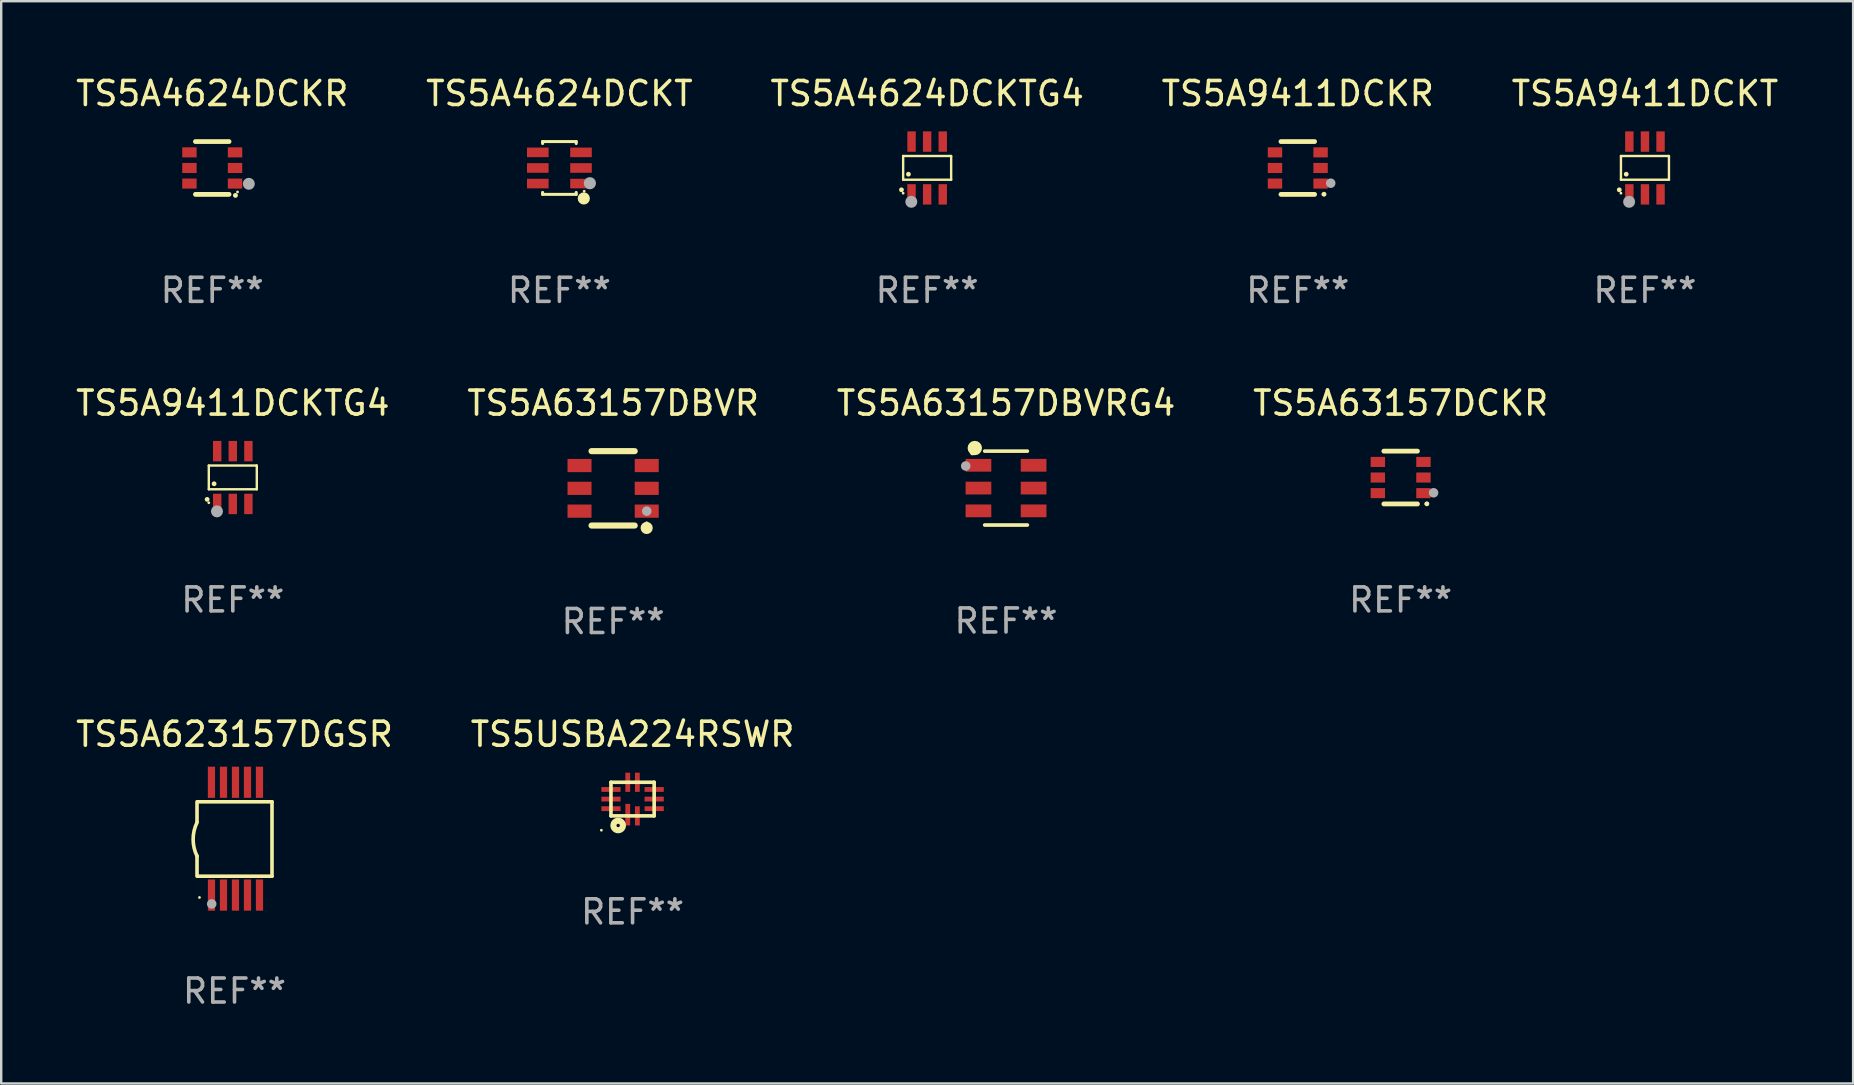
<source format=kicad_pcb>
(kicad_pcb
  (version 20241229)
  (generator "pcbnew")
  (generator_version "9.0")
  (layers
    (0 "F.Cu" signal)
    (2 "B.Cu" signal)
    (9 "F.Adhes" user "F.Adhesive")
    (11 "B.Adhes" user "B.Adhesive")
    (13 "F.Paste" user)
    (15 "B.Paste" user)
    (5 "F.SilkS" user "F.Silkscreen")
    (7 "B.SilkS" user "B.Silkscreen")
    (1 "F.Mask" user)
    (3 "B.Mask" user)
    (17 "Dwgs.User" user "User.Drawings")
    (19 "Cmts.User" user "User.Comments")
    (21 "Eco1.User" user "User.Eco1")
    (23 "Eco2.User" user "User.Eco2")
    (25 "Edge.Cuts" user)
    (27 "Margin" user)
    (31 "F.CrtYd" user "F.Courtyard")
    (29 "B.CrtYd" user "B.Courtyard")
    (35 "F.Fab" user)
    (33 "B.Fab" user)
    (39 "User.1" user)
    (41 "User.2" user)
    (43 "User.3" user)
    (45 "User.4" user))
  (footprint "TS5USBA224RSWR"
    (layer "F.Cu")
    (at 23.304 30.241)
    (property "Reference" "TS5USBA224RSWR" (at 0 -2.7 0) (layer "F.SilkS") (effects (font (size 1 1) (thickness 0.15))))
    (attr through_hole)
    (fp_line (start -0.9 -0.7) (end 0.9 -0.7) (stroke (width 0.15) (type solid)) (layer "F.SilkS"))
    (fp_line (start -0.9 0.7) (end -0.9 -0.7) (stroke (width 0.15) (type solid)) (layer "F.SilkS"))
    (fp_line (start -0.9 0.7) (end 0.9 0.7) (stroke (width 0.15) (type solid)) (layer "F.SilkS"))
    (fp_line (start 0.9 0.7) (end 0.9 -0.7) (stroke (width 0.15) (type solid)) (layer "F.SilkS"))
    (fp_circle (center -1.3 1.297) (end -1.27 1.297) (stroke (width 0.06) (type solid)) (fill no) (layer "F.SilkS"))
    (fp_circle (center -0.6 1.1) (end -0.529 1.1) (stroke (width 0.254) (type solid)) (fill no) (layer "F.SilkS"))
    (fp_text user "REF**" (at 0 4.7 0) (layer "F.Fab") (effects (font (size 1 1) (thickness 0.15))))
    (pad "1" smd rect (at -0.2 0.65 90) (size 0.9 0.2) (layers "F.Cu" "F.Mask" "F.Paste"))
    (pad "2" smd rect (at 0.2 0.7 90) (size 0.8 0.2) (layers "F.Cu" "F.Mask" "F.Paste"))
    (pad "3" smd rect (at 0.9 0.4 180) (size 0.8 0.2) (layers "F.Cu" "F.Mask" "F.Paste"))
    (pad "4" smd rect (at 0.9 0) (size 0.8 0.2) (layers "F.Cu" "F.Mask" "F.Paste"))
    (pad "5" smd rect (at 0.9 -0.4) (size 0.8 0.2) (layers "F.Cu" "F.Mask" "F.Paste"))
    (pad "6" smd rect (at 0.2 -0.7 270) (size 0.8 0.2) (layers "F.Cu" "F.Mask" "F.Paste"))
    (pad "7" smd rect (at -0.2 -0.7 270) (size 0.8 0.2) (layers "F.Cu" "F.Mask" "F.Paste"))
    (pad "8" smd rect (at -0.9 -0.4) (size 0.8 0.2) (layers "F.Cu" "F.Mask" "F.Paste"))
    (pad "9" smd rect (at -0.9 0) (size 0.8 0.2) (layers "F.Cu" "F.Mask" "F.Paste"))
    (pad "10" smd rect (at -0.9 0.4) (size 0.8 0.2) (layers "F.Cu" "F.Mask" "F.Paste")))
  (footprint "TS5A63157DCKR"
    (layer "F.Cu")
    (at 55.304 16.845)
    (property "Reference" "TS5A63157DCKR" (at 0 -3.1 0) (layer "F.SilkS") (effects (font (size 1 1) (thickness 0.15))))
    (attr through_hole)
    (fp_line (start -0.7 -1.1) (end 0.7 -1.1) (stroke (width 0.2) (type solid)) (layer "F.SilkS"))
    (fp_line (start -0.7 1.1) (end 0.7 1.1) (stroke (width 0.2) (type solid)) (layer "F.SilkS"))
    (fp_arc (start 1.090932 1.094209) (mid 1.092202 1.094203) (end 1.093472 1.094209) (stroke (width 0.2) (type solid)) (layer "F.SilkS"))
    (fp_circle (center 1.053 1.1) (end 1.083 1.1) (stroke (width 0.06) (type solid)) (fill no) (layer "F.SilkS"))
    (fp_circle (center 1.372 0.635) (end 1.472 0.635) (stroke (width 0.2) (type solid)) (fill no) (layer "F.Fab"))
    (fp_text user "REF**" (at 0 5.1 0) (layer "F.Fab") (effects (font (size 1 1) (thickness 0.15))))
    (pad "1" smd rect (at 0.95 0.65 90) (size 0.42 0.6) (layers "F.Cu" "F.Mask" "F.Paste"))
    (pad "2" smd rect (at 0.95 0 90) (size 0.42 0.6) (layers "F.Cu" "F.Mask" "F.Paste"))
    (pad "3" smd rect (at 0.95 -0.65 90) (size 0.42 0.6) (layers "F.Cu" "F.Mask" "F.Paste"))
    (pad "4" smd rect (at -0.95 -0.65 270) (size 0.42 0.6) (layers "F.Cu" "F.Mask" "F.Paste"))
    (pad "5" smd rect (at -0.95 0 270) (size 0.42 0.6) (layers "F.Cu" "F.Mask" "F.Paste"))
    (pad "6" smd rect (at -0.95 0.65 270) (size 0.42 0.6) (layers "F.Cu" "F.Mask" "F.Paste")))
  (footprint "TS5A9411DCKR"
    (layer "F.Cu")
    (at 51.018 3.948)
    (property "Reference" "TS5A9411DCKR" (at 0 -3.1 0) (layer "F.SilkS") (effects (font (size 1 1) (thickness 0.15))))
    (attr through_hole)
    (fp_line (start -0.7 -1.1) (end 0.7 -1.1) (stroke (width 0.2) (type solid)) (layer "F.SilkS"))
    (fp_line (start -0.7 1.1) (end 0.7 1.1) (stroke (width 0.2) (type solid)) (layer "F.SilkS"))
    (fp_arc (start 1.090932 1.094209) (mid 1.092202 1.094203) (end 1.093472 1.094209) (stroke (width 0.2) (type solid)) (layer "F.SilkS"))
    (fp_circle (center 1.053 1.1) (end 1.083 1.1) (stroke (width 0.06) (type solid)) (fill no) (layer "F.SilkS"))
    (fp_circle (center 1.372 0.635) (end 1.472 0.635) (stroke (width 0.2) (type solid)) (fill no) (layer "F.Fab"))
    (fp_text user "REF**" (at 0 5.1 0) (layer "F.Fab") (effects (font (size 1 1) (thickness 0.15))))
    (pad "1" smd rect (at 0.95 0.65 90) (size 0.42 0.6) (layers "F.Cu" "F.Mask" "F.Paste"))
    (pad "2" smd rect (at 0.95 0 90) (size 0.42 0.6) (layers "F.Cu" "F.Mask" "F.Paste"))
    (pad "3" smd rect (at 0.95 -0.65 90) (size 0.42 0.6) (layers "F.Cu" "F.Mask" "F.Paste"))
    (pad "4" smd rect (at -0.95 -0.65 270) (size 0.42 0.6) (layers "F.Cu" "F.Mask" "F.Paste"))
    (pad "5" smd rect (at -0.95 0 270) (size 0.42 0.6) (layers "F.Cu" "F.Mask" "F.Paste"))
    (pad "6" smd rect (at -0.95 0.65 270) (size 0.42 0.6) (layers "F.Cu" "F.Mask" "F.Paste")))
  (footprint "TS5A4624DCKTG4"
    (layer "F.Cu")
    (at 35.577 3.948)
    (property "Reference" "TS5A4624DCKTG4" (at 0 -3.1 0) (layer "F.SilkS") (effects (font (size 1 1) (thickness 0.15))))
    (attr through_hole)
    (fp_line (start -1 -0.5) (end -1 0.49) (stroke (width 0.1) (type solid)) (layer "F.SilkS"))
    (fp_line (start -1 0.49) (end 1 0.49) (stroke (width 0.1) (type solid)) (layer "F.SilkS"))
    (fp_line (start 0.99 -0.5) (end -1 -0.5) (stroke (width 0.1) (type solid)) (layer "F.SilkS"))
    (fp_line (start 1 -0.49) (end 0.99 -0.5) (stroke (width 0.1) (type solid)) (layer "F.SilkS"))
    (fp_line (start 1 0.49) (end 1 -0.49) (stroke (width 0.1) (type solid)) (layer "F.SilkS"))
    (fp_circle (center -1.07 0.91) (end -1.02 0.91) (stroke (width 0.1) (type solid)) (fill no) (layer "F.SilkS"))
    (fp_circle (center -1 1.05) (end -0.97 1.05) (stroke (width 0.06) (type solid)) (fill no) (layer "F.SilkS"))
    (fp_circle (center -0.78 0.26) (end -0.73 0.26) (stroke (width 0.1) (type solid)) (fill no) (layer "F.SilkS"))
    (fp_circle (center -0.66 1.41) (end -0.535 1.41) (stroke (width 0.25) (type solid)) (fill no) (layer "F.Fab"))
    (fp_text user "REF**" (at 0 5.1 0) (layer "F.Fab") (effects (font (size 1 1) (thickness 0.15))))
    (pad "1" smd rect (at -0.65 1.1) (size 0.35 0.85) (layers "F.Cu" "F.Mask" "F.Paste"))
    (pad "2" smd rect (at 0 1.1) (size 0.35 0.85) (layers "F.Cu" "F.Mask" "F.Paste"))
    (pad "3" smd rect (at 0.65 1.1) (size 0.35 0.85) (layers "F.Cu" "F.Mask" "F.Paste"))
    (pad "4" smd rect (at 0.65 -1.1) (size 0.35 0.85) (layers "F.Cu" "F.Mask" "F.Paste"))
    (pad "5" smd rect (at 0 -1.1) (size 0.35 0.85) (layers "F.Cu" "F.Mask" "F.Paste"))
    (pad "6" smd rect (at -0.65 -1.1) (size 0.35 0.85) (layers "F.Cu" "F.Mask" "F.Paste")))
  (footprint "TS5A4624DCKT"
    (layer "F.Cu")
    (at 20.256 3.948)
    (property "Reference" "TS5A4624DCKT" (at 0 -3.1 0) (layer "F.SilkS") (effects (font (size 1 1) (thickness 0.15))))
    (attr through_hole)
    (fp_line (start -0.7 -1.018) (end -0.7 -1.1) (stroke (width 0.127) (type solid)) (layer "F.SilkS"))
    (fp_line (start -0.7 1.1) (end -0.7 1.018) (stroke (width 0.127) (type solid)) (layer "F.SilkS"))
    (fp_line (start 0.7 -1.1) (end -0.7 -1.1) (stroke (width 0.127) (type solid)) (layer "F.SilkS"))
    (fp_line (start 0.7 -1.018) (end 0.7 -1.1) (stroke (width 0.127) (type solid)) (layer "F.SilkS"))
    (fp_line (start 0.7 1.1) (end -0.7 1.1) (stroke (width 0.127) (type solid)) (layer "F.SilkS"))
    (fp_line (start 0.7 1.1) (end 0.7 1.018) (stroke (width 0.127) (type solid)) (layer "F.SilkS"))
    (fp_circle (center 1.016 1.27) (end 1.143 1.27) (stroke (width 0.254) (type solid)) (fill no) (layer "F.SilkS"))
    (fp_circle (center 1.032 0.97) (end 1.062 0.97) (stroke (width 0.06) (type solid)) (fill no) (layer "F.SilkS"))
    (fp_circle (center 1.27 0.635) (end 1.397 0.635) (stroke (width 0.254) (type solid)) (fill no) (layer "F.Fab"))
    (fp_text user "REF**" (at 0 5.1 0) (layer "F.Fab") (effects (font (size 1 1) (thickness 0.15))))
    (pad "1" smd rect (at 0.9 0.65 90) (size 0.4 0.9) (layers "F.Cu" "F.Mask" "F.Paste"))
    (pad "2" smd rect (at 0.9 -0.000102 90) (size 0.4 0.9) (layers "F.Cu" "F.Mask" "F.Paste"))
    (pad "3" smd rect (at 0.9 -0.65 90) (size 0.4 0.9) (layers "F.Cu" "F.Mask" "F.Paste"))
    (pad "4" smd rect (at -0.9 -0.65 90) (size 0.4 0.9) (layers "F.Cu" "F.Mask" "F.Paste"))
    (pad "5" smd rect (at -0.9 -0.000102 90) (size 0.4 0.9) (layers "F.Cu" "F.Mask" "F.Paste"))
    (pad "6" smd rect (at -0.9 0.65 90) (size 0.4 0.9) (layers "F.Cu" "F.Mask" "F.Paste")))
  (footprint "TS5A623157DGSR"
    (layer "F.Cu")
    (at 6.72 31.891)
    (property "Reference" "TS5A623157DGSR" (at 0 -4.35 0) (layer "F.SilkS") (effects (font (size 1 1) (thickness 0.15))))
    (attr through_hole)
    (fp_line (start -1.562 -1.537) (end -1.562 -0.698) (stroke (width 0.15) (type solid)) (layer "F.SilkS"))
    (fp_line (start -1.562 0.724) (end -1.562 1.562) (stroke (width 0.15) (type solid)) (layer "F.SilkS"))
    (fp_line (start -1.538 -1.537) (end 1.562 -1.537) (stroke (width 0.15) (type solid)) (layer "F.SilkS"))
    (fp_line (start -1.538 1.562) (end 1.562 1.562) (stroke (width 0.15) (type solid)) (layer "F.SilkS"))
    (fp_line (start 1.562 1.564) (end 1.562 -1.537) (stroke (width 0.15) (type solid)) (layer "F.SilkS"))
    (fp_arc (start -1.562103 0.724079) (mid -1.723579 0.025578) (end -1.562103 -0.672924) (stroke (width 0.150013) (type solid)) (layer "F.SilkS"))
    (fp_circle (center -1.459 2.45) (end -1.429 2.45) (stroke (width 0.06) (type solid)) (fill no) (layer "F.SilkS"))
    (fp_circle (center -0.95 2.718) (end -0.85 2.718) (stroke (width 0.2) (type solid)) (fill no) (layer "F.Fab"))
    (fp_text user "REF**" (at 0 6.35 0) (layer "F.Fab") (effects (font (size 1 1) (thickness 0.15))))
    (pad "1" smd rect (at -0.959 2.35) (size 0.3 1.3) (layers "F.Cu" "F.Mask" "F.Paste"))
    (pad "2" smd rect (at -0.459 2.35) (size 0.3 1.3) (layers "F.Cu" "F.Mask" "F.Paste"))
    (pad "3" smd rect (at 0.04 2.35) (size 0.3 1.3) (layers "F.Cu" "F.Mask" "F.Paste"))
    (pad "4" smd rect (at 0.541 2.35) (size 0.3 1.3) (layers "F.Cu" "F.Mask" "F.Paste"))
    (pad "5" smd rect (at 1.041 2.35) (size 0.3 1.3) (layers "F.Cu" "F.Mask" "F.Paste"))
    (pad "6" smd rect (at 1.04 -2.35) (size 0.3 1.3) (layers "F.Cu" "F.Mask" "F.Paste"))
    (pad "7" smd rect (at 0.541 -2.35) (size 0.3 1.3) (layers "F.Cu" "F.Mask" "F.Paste"))
    (pad "8" smd rect (at 0.041 -2.35) (size 0.3 1.3) (layers "F.Cu" "F.Mask" "F.Paste"))
    (pad "9" smd rect (at -0.459 -2.35) (size 0.3 1.3) (layers "F.Cu" "F.Mask" "F.Paste"))
    (pad "10" smd rect (at -0.96 -2.35) (size 0.3 1.3) (layers "F.Cu" "F.Mask" "F.Paste")))
  (footprint "TS5A9411DCKTG4"
    (layer "F.Cu")
    (at 6.649 16.845)
    (property "Reference" "TS5A9411DCKTG4" (at 0 -3.1 0) (layer "F.SilkS") (effects (font (size 1 1) (thickness 0.15))))
    (attr through_hole)
    (fp_line (start -1 -0.5) (end -1 0.49) (stroke (width 0.1) (type solid)) (layer "F.SilkS"))
    (fp_line (start -1 0.49) (end 1 0.49) (stroke (width 0.1) (type solid)) (layer "F.SilkS"))
    (fp_line (start 0.99 -0.5) (end -1 -0.5) (stroke (width 0.1) (type solid)) (layer "F.SilkS"))
    (fp_line (start 1 -0.49) (end 0.99 -0.5) (stroke (width 0.1) (type solid)) (layer "F.SilkS"))
    (fp_line (start 1 0.49) (end 1 -0.49) (stroke (width 0.1) (type solid)) (layer "F.SilkS"))
    (fp_circle (center -1.07 0.91) (end -1.02 0.91) (stroke (width 0.1) (type solid)) (fill no) (layer "F.SilkS"))
    (fp_circle (center -1 1.05) (end -0.97 1.05) (stroke (width 0.06) (type solid)) (fill no) (layer "F.SilkS"))
    (fp_circle (center -0.78 0.26) (end -0.73 0.26) (stroke (width 0.1) (type solid)) (fill no) (layer "F.SilkS"))
    (fp_circle (center -0.66 1.41) (end -0.535 1.41) (stroke (width 0.25) (type solid)) (fill no) (layer "F.Fab"))
    (fp_text user "REF**" (at 0 5.1 0) (layer "F.Fab") (effects (font (size 1 1) (thickness 0.15))))
    (pad "1" smd rect (at -0.65 1.1) (size 0.35 0.85) (layers "F.Cu" "F.Mask" "F.Paste"))
    (pad "2" smd rect (at 0 1.1) (size 0.35 0.85) (layers "F.Cu" "F.Mask" "F.Paste"))
    (pad "3" smd rect (at 0.65 1.1) (size 0.35 0.85) (layers "F.Cu" "F.Mask" "F.Paste"))
    (pad "4" smd rect (at 0.65 -1.1) (size 0.35 0.85) (layers "F.Cu" "F.Mask" "F.Paste"))
    (pad "5" smd rect (at 0 -1.1) (size 0.35 0.85) (layers "F.Cu" "F.Mask" "F.Paste"))
    (pad "6" smd rect (at -0.65 -1.1) (size 0.35 0.85) (layers "F.Cu" "F.Mask" "F.Paste")))
  (footprint "TS5A4624DCKR"
    (layer "F.Cu")
    (at 5.792 3.948)
    (property "Reference" "TS5A4624DCKR" (at 0 -3.1 0) (layer "F.SilkS") (effects (font (size 1 1) (thickness 0.15))))
    (attr through_hole)
    (fp_line (start -0.7 -1.1) (end 0.7 -1.1) (stroke (width 0.2) (type solid)) (layer "F.SilkS"))
    (fp_line (start -0.7 1.1) (end 0.7 1.1) (stroke (width 0.2) (type solid)) (layer "F.SilkS"))
    (fp_arc (start 0.965202 1.143002) (mid 0.966472 1.142996) (end 0.967742 1.143002) (stroke (width 0.2) (type solid)) (layer "F.SilkS"))
    (fp_circle (center 1.053 1) (end 1.083 1) (stroke (width 0.06) (type solid)) (fill no) (layer "F.SilkS"))
    (fp_circle (center 1.524 0.66) (end 1.649 0.66) (stroke (width 0.25) (type solid)) (fill no) (layer "F.Fab"))
    (fp_text user "REF**" (at 0 5.1 0) (layer "F.Fab") (effects (font (size 1 1) (thickness 0.15))))
    (pad "1" smd rect (at 0.95 0.65 90) (size 0.42 0.6) (layers "F.Cu" "F.Mask" "F.Paste"))
    (pad "2" smd rect (at 0.95 0 90) (size 0.42 0.6) (layers "F.Cu" "F.Mask" "F.Paste"))
    (pad "3" smd rect (at 0.95 -0.65 90) (size 0.42 0.6) (layers "F.Cu" "F.Mask" "F.Paste"))
    (pad "4" smd rect (at -0.95 -0.65 270) (size 0.42 0.6) (layers "F.Cu" "F.Mask" "F.Paste"))
    (pad "5" smd rect (at -0.95 0 270) (size 0.42 0.6) (layers "F.Cu" "F.Mask" "F.Paste"))
    (pad "6" smd rect (at -0.95 0.65 270) (size 0.42 0.6) (layers "F.Cu" "F.Mask" "F.Paste")))
  (footprint "TS5A63157DBVRG4"
    (layer "F.Cu")
    (at 38.863 17.284)
    (property "Reference" "TS5A63157DBVRG4" (at 0 -3.539 0) (layer "F.SilkS") (effects (font (size 1 1) (thickness 0.15))))
    (attr through_hole)
    (fp_line (start -0.889 -1.539) (end 0.889 -1.539) (stroke (width 0.152) (type solid)) (layer "F.SilkS"))
    (fp_line (start -0.889 1.539) (end 0.889 1.539) (stroke (width 0.152) (type solid)) (layer "F.SilkS"))
    (fp_circle (center -1.4 -1.463) (end -1.35 -1.463) (stroke (width 0.1) (type solid)) (fill no) (layer "F.SilkS"))
    (fp_circle (center -1.301 -1.668) (end -1.151 -1.668) (stroke (width 0.3) (type solid)) (fill no) (layer "F.SilkS"))
    (fp_circle (center -1.68 -0.92) (end -1.58 -0.92) (stroke (width 0.2) (type solid)) (fill no) (layer "F.Fab"))
    (fp_text user "REF**" (at 0 5.539 0) (layer "F.Fab") (effects (font (size 1 1) (thickness 0.15))))
    (pad "1" smd rect (at -1.149 -0.95 270) (size 0.532 1.072) (layers "F.Cu" "F.Mask" "F.Paste"))
    (pad "2" smd rect (at -1.149 0.000102 270) (size 0.532 1.072) (layers "F.Cu" "F.Mask" "F.Paste"))
    (pad "3" smd rect (at -1.149 0.95 270) (size 0.532 1.072) (layers "F.Cu" "F.Mask" "F.Paste"))
    (pad "4" smd rect (at 1.149 0.95 270) (size 0.532 1.072) (layers "F.Cu" "F.Mask" "F.Paste"))
    (pad "5" smd rect (at 1.149 0.000102 270) (size 0.532 1.072) (layers "F.Cu" "F.Mask" "F.Paste"))
    (pad "6" smd rect (at 1.149 -0.95 270) (size 0.532 1.072) (layers "F.Cu" "F.Mask" "F.Paste")))
  (footprint "TS5A9411DCKT"
    (layer "F.Cu")
    (at 65.482 3.948)
    (property "Reference" "TS5A9411DCKT" (at 0 -3.1 0) (layer "F.SilkS") (effects (font (size 1 1) (thickness 0.15))))
    (attr through_hole)
    (fp_line (start -1 -0.5) (end -1 0.49) (stroke (width 0.1) (type solid)) (layer "F.SilkS"))
    (fp_line (start -1 0.49) (end 1 0.49) (stroke (width 0.1) (type solid)) (layer "F.SilkS"))
    (fp_line (start 0.99 -0.5) (end -1 -0.5) (stroke (width 0.1) (type solid)) (layer "F.SilkS"))
    (fp_line (start 1 -0.49) (end 0.99 -0.5) (stroke (width 0.1) (type solid)) (layer "F.SilkS"))
    (fp_line (start 1 0.49) (end 1 -0.49) (stroke (width 0.1) (type solid)) (layer "F.SilkS"))
    (fp_circle (center -1.07 0.91) (end -1.02 0.91) (stroke (width 0.1) (type solid)) (fill no) (layer "F.SilkS"))
    (fp_circle (center -1 1.05) (end -0.97 1.05) (stroke (width 0.06) (type solid)) (fill no) (layer "F.SilkS"))
    (fp_circle (center -0.78 0.26) (end -0.73 0.26) (stroke (width 0.1) (type solid)) (fill no) (layer "F.SilkS"))
    (fp_circle (center -0.66 1.41) (end -0.535 1.41) (stroke (width 0.25) (type solid)) (fill no) (layer "F.Fab"))
    (fp_text user "REF**" (at 0 5.1 0) (layer "F.Fab") (effects (font (size 1 1) (thickness 0.15))))
    (pad "1" smd rect (at -0.65 1.1) (size 0.35 0.85) (layers "F.Cu" "F.Mask" "F.Paste"))
    (pad "2" smd rect (at 0 1.1) (size 0.35 0.85) (layers "F.Cu" "F.Mask" "F.Paste"))
    (pad "3" smd rect (at 0.65 1.1) (size 0.35 0.85) (layers "F.Cu" "F.Mask" "F.Paste"))
    (pad "4" smd rect (at 0.65 -1.1) (size 0.35 0.85) (layers "F.Cu" "F.Mask" "F.Paste"))
    (pad "5" smd rect (at 0 -1.1) (size 0.35 0.85) (layers "F.Cu" "F.Mask" "F.Paste"))
    (pad "6" smd rect (at -0.65 -1.1) (size 0.35 0.85) (layers "F.Cu" "F.Mask" "F.Paste")))
  (footprint "TS5A63157DBVR"
    (layer "F.Cu")
    (at 22.494 17.295)
    (property "Reference" "TS5A63157DBVR" (at 0 -3.55 0) (layer "F.SilkS") (effects (font (size 1 1) (thickness 0.15))))
    (attr through_hole)
    (fp_line (start -0.9 -1.55) (end 0.9 -1.55) (stroke (width 0.254) (type solid)) (layer "F.SilkS"))
    (fp_line (start -0.9 1.55) (end 0.9 1.55) (stroke (width 0.254) (type solid)) (layer "F.SilkS"))
    (fp_circle (center 1.397 1.651) (end 1.524 1.651) (stroke (width 0.254) (type solid)) (fill no) (layer "F.SilkS"))
    (fp_circle (center 1.4 1.435) (end 1.43 1.435) (stroke (width 0.06) (type solid)) (fill no) (layer "F.SilkS"))
    (fp_circle (center 1.4 0.95) (end 1.5 0.95) (stroke (width 0.2) (type solid)) (fill no) (layer "F.Fab"))
    (fp_text user "REF**" (at 0 5.55 0) (layer "F.Fab") (effects (font (size 1 1) (thickness 0.15))))
    (pad "1" smd rect (at 1.4 0.95) (size 1 0.55) (layers "F.Cu" "F.Mask" "F.Paste"))
    (pad "2" smd rect (at 1.4 -0.000102) (size 1 0.55) (layers "F.Cu" "F.Mask" "F.Paste"))
    (pad "3" smd rect (at 1.4 -0.95) (size 1 0.55) (layers "F.Cu" "F.Mask" "F.Paste"))
    (pad "4" smd rect (at -1.4 -0.95) (size 1 0.55) (layers "F.Cu" "F.Mask" "F.Paste"))
    (pad "5" smd rect (at -1.4 -0.000102) (size 1 0.55) (layers "F.Cu" "F.Mask" "F.Paste"))
    (pad "6" smd rect (at -1.4 0.95) (size 1 0.55) (layers "F.Cu" "F.Mask" "F.Paste")))
  (gr_rect
    (start -3 -3)
    (end 74.155 42.09)
    (stroke (width 0.1) (type default))
    (fill no)
    (layer "Edge.Cuts")))
</source>
